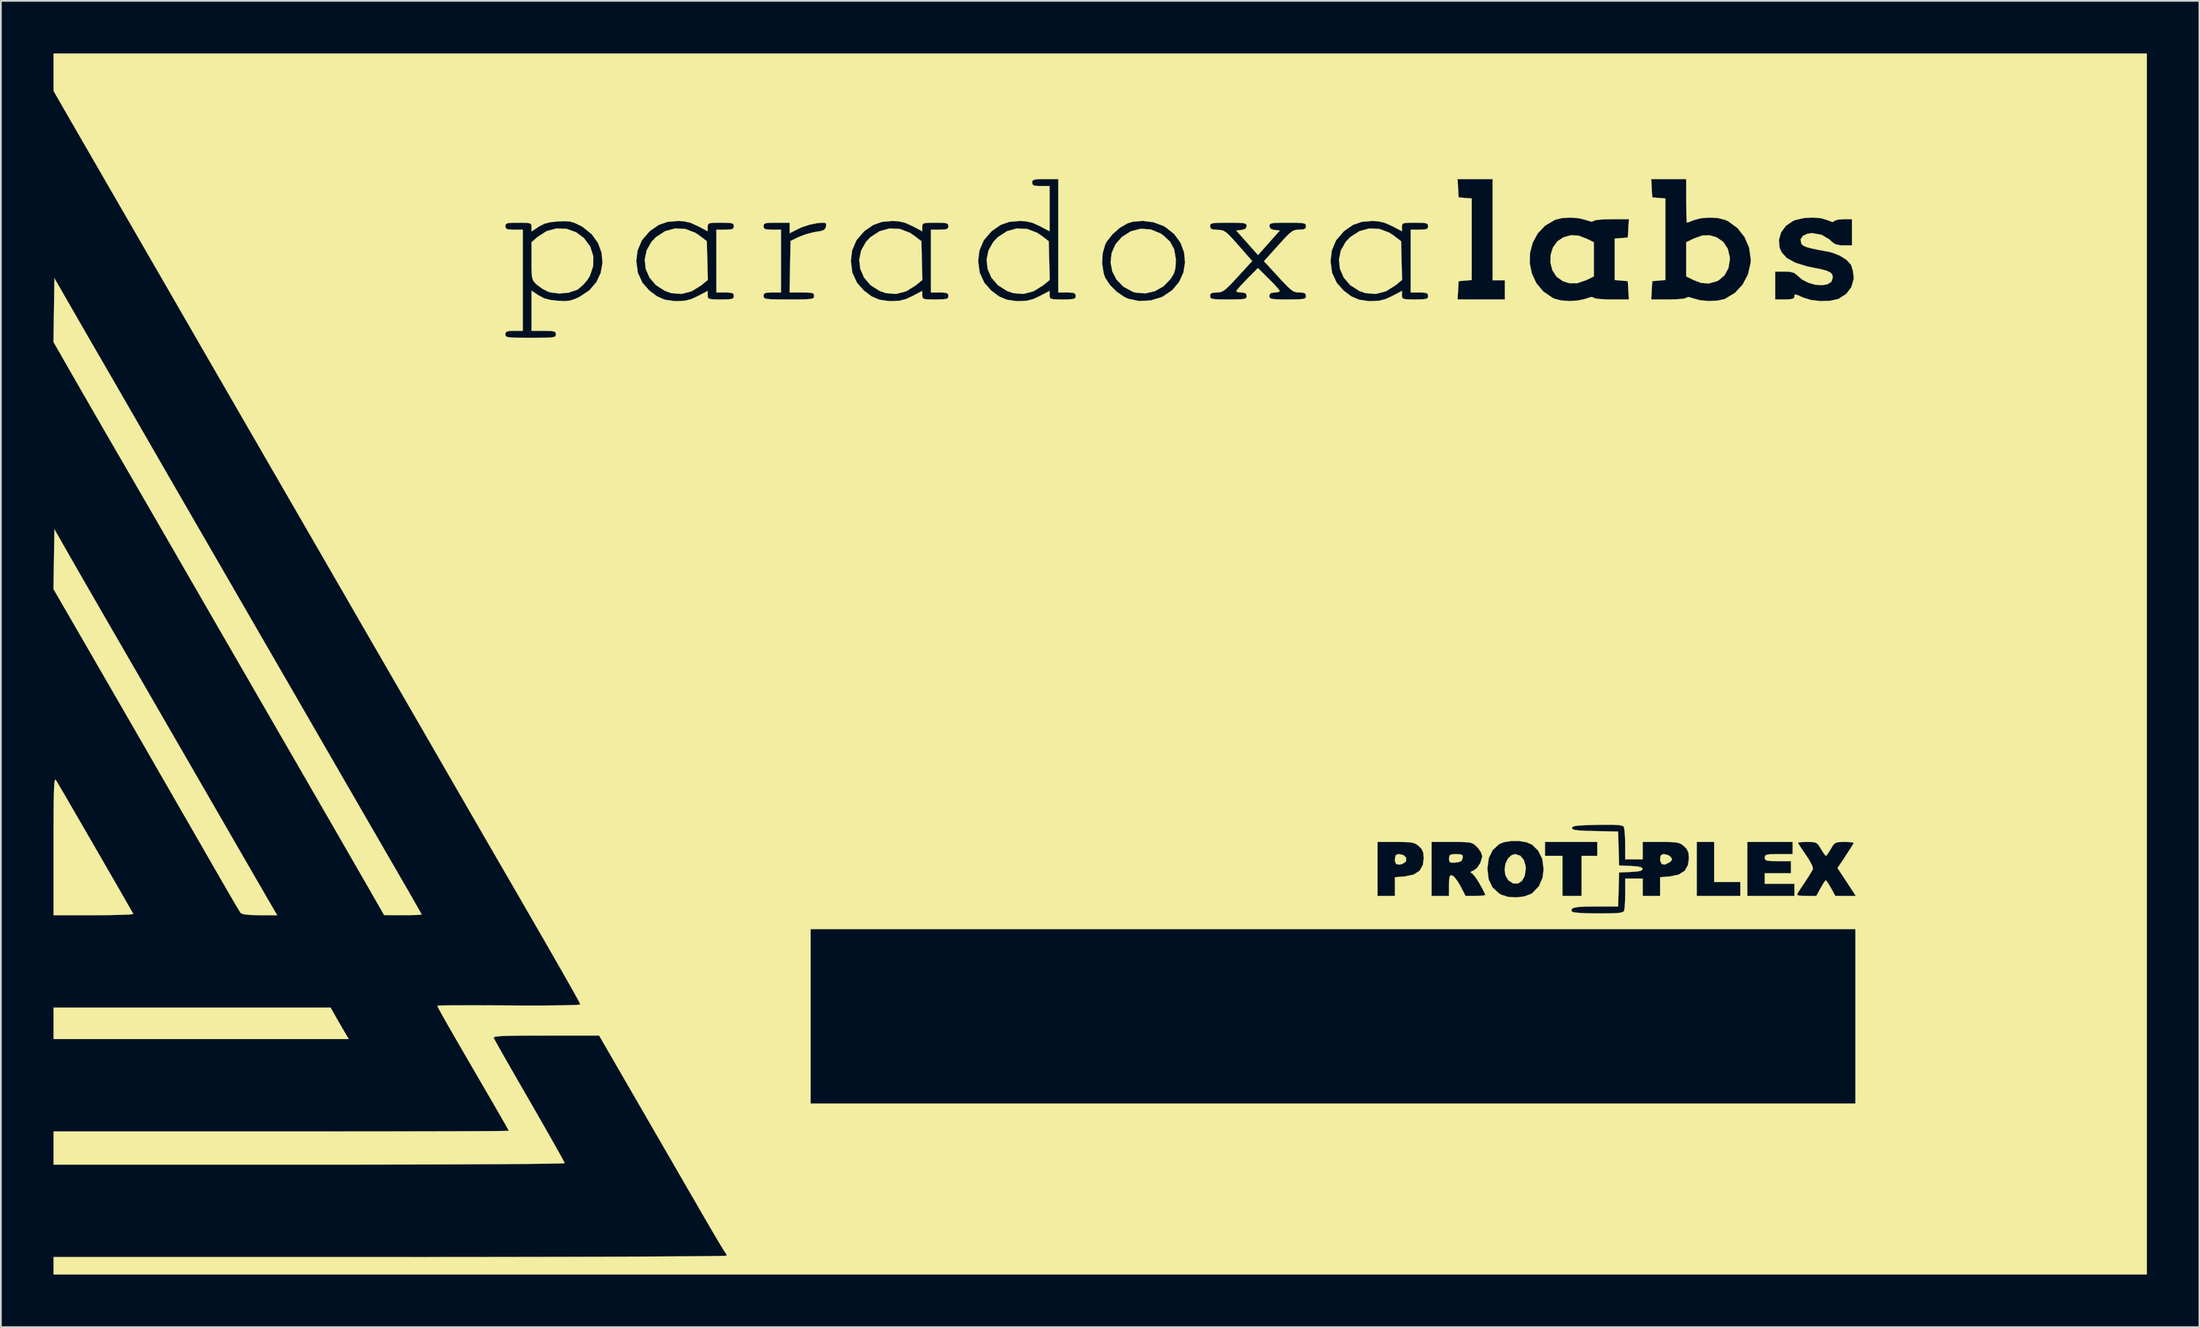
<source format=kicad_pcb>
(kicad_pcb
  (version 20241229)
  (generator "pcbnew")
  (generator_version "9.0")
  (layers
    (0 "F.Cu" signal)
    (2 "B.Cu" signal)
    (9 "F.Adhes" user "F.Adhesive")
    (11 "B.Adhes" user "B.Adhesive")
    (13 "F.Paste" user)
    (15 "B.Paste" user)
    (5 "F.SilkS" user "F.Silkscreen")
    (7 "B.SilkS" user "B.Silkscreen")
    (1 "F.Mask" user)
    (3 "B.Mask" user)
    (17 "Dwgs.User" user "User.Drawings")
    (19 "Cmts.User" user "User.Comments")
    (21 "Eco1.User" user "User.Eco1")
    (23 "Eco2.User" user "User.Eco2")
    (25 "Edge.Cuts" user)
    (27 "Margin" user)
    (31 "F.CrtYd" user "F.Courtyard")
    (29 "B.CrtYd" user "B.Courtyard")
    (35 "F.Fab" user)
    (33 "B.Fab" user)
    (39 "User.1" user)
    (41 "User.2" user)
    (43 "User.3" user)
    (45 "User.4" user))
  (footprint "logo tcd"
    (layer "F.Cu")
    (at 59.774 34.868)
    (property "Reference" "logo tcd" (at 0 0 0) (layer "F.SilkS") (effects (font (size 1.524 1.524) (thickness 0.3))))
    (attr through_hole)
    (fp_poly (pts (xy -43.65 20.146) (xy -43.443 20.509) (xy -43.235 20.868) (xy -43.133 21.042) (xy -42.911 21.416) (xy -59.765 21.416) (xy -59.765 19.623) (xy -43.946 19.623) (xy -43.65 20.146)) (stroke (width 0.01) (type solid)) (fill yes) (layer "F.SilkS"))
    (fp_poly (pts (xy 17.324 10.916) (xy 17.47 11.061) (xy 17.47 11.244) (xy 17.431 11.305) (xy 17.238 11.425) (xy 17.071 11.455) (xy 16.901 11.42) (xy 16.839 11.276) (xy 16.834 11.156) (xy 16.861 10.942) (xy 16.975 10.864) (xy 17.071 10.857) (xy 17.324 10.916)) (stroke (width 0.01) (type solid)) (fill yes) (layer "F.SilkS"))
    (fp_poly (pts (xy 32.454 10.921) (xy 32.581 11.017) (xy 32.657 11.159) (xy 32.573 11.279) (xy 32.524 11.316) (xy 32.254 11.453) (xy 32.066 11.421) (xy 31.978 11.229) (xy 31.974 11.156) (xy 32.002 10.942) (xy 32.116 10.864) (xy 32.211 10.857) (xy 32.454 10.921)) (stroke (width 0.01) (type solid)) (fill yes) (layer "F.SilkS"))
    (fp_poly (pts (xy 20.584 10.869) (xy 20.693 10.926) (xy 20.704 11.057) (xy 20.7 11.081) (xy 20.637 11.238) (xy 20.467 11.314) (xy 20.295 11.336) (xy 20.05 11.343) (xy 19.945 11.286) (xy 19.922 11.13) (xy 19.922 11.112) (xy 19.942 10.949) (xy 20.04 10.876) (xy 20.272 10.857) (xy 20.327 10.857) (xy 20.584 10.869)) (stroke (width 0.01) (type solid)) (fill yes) (layer "F.SilkS"))
    (fp_poly (pts (xy 23.989 10.948) (xy 24.195 11.193) (xy 24.298 11.554) (xy 24.304 11.682) (xy 24.245 12.093) (xy 24.085 12.385) (xy 23.855 12.538) (xy 23.585 12.532) (xy 23.308 12.351) (xy 23.143 12.075) (xy 23.094 11.739) (xy 23.148 11.396) (xy 23.291 11.101) (xy 23.508 10.906) (xy 23.707 10.857) (xy 23.989 10.948)) (stroke (width 0.01) (type solid)) (fill yes) (layer "F.SilkS"))
    (fp_poly (pts (xy 27.322 -24.459) (xy 27.759 -24.295) (xy 28.189 -24.087) (xy 28.189 -22.131) (xy 27.759 -21.923) (xy 27.251 -21.748) (xy 26.78 -21.749) (xy 26.423 -21.862) (xy 26.063 -22.116) (xy 25.827 -22.48) (xy 25.714 -22.91) (xy 25.723 -23.36) (xy 25.854 -23.784) (xy 26.107 -24.137) (xy 26.445 -24.36) (xy 26.894 -24.487) (xy 27.322 -24.459)) (stroke (width 0.01) (type solid)) (fill yes) (layer "F.SilkS"))
    (fp_poly (pts (xy 35.212 -24.36) (xy 35.584 -24.102) (xy 35.84 -23.709) (xy 35.954 -23.221) (xy 35.958 -23.109) (xy 35.876 -22.606) (xy 35.649 -22.189) (xy 35.3 -21.899) (xy 35.212 -21.858) (xy 34.749 -21.73) (xy 34.307 -21.764) (xy 33.892 -21.924) (xy 33.468 -22.134) (xy 33.468 -24.087) (xy 33.898 -24.295) (xy 34.371 -24.467) (xy 34.798 -24.482) (xy 35.212 -24.36)) (stroke (width 0.01) (type solid)) (fill yes) (layer "F.SilkS"))
    (fp_poly (pts (xy -23.689 -24.843) (xy -23.125 -24.627) (xy -22.885 -24.468) (xy -22.462 -24.145) (xy -22.433 -23.039) (xy -22.405 -21.933) (xy -22.782 -21.623) (xy -23.328 -21.284) (xy -23.904 -21.134) (xy -24.489 -21.178) (xy -24.852 -21.306) (xy -25.368 -21.638) (xy -25.736 -22.068) (xy -25.951 -22.563) (xy -26.007 -23.09) (xy -25.9 -23.616) (xy -25.623 -24.107) (xy -25.367 -24.376) (xy -24.841 -24.717) (xy -24.272 -24.873) (xy -23.689 -24.843)) (stroke (width 0.01) (type solid)) (fill yes) (layer "F.SilkS"))
    (fp_poly (pts (xy -11.437 -24.843) (xy -10.873 -24.627) (xy -10.633 -24.468) (xy -10.21 -24.145) (xy -10.182 -23.039) (xy -10.154 -21.933) (xy -10.53 -21.623) (xy -11.077 -21.284) (xy -11.652 -21.134) (xy -12.237 -21.178) (xy -12.6 -21.306) (xy -13.116 -21.638) (xy -13.484 -22.068) (xy -13.699 -22.563) (xy -13.756 -23.09) (xy -13.648 -23.616) (xy -13.371 -24.107) (xy -13.115 -24.376) (xy -12.59 -24.717) (xy -12.02 -24.873) (xy -11.437 -24.843)) (stroke (width 0.01) (type solid)) (fill yes) (layer "F.SilkS"))
    (fp_poly (pts (xy -4.166 -24.843) (xy -3.601 -24.627) (xy -3.361 -24.468) (xy -2.938 -24.145) (xy -2.91 -23.039) (xy -2.882 -21.933) (xy -3.259 -21.623) (xy -3.805 -21.284) (xy -4.381 -21.134) (xy -4.965 -21.178) (xy -5.329 -21.306) (xy -5.844 -21.638) (xy -6.213 -22.068) (xy -6.428 -22.563) (xy -6.484 -23.09) (xy -6.377 -23.616) (xy -6.1 -24.107) (xy -5.844 -24.376) (xy -5.318 -24.717) (xy -4.748 -24.873) (xy -4.166 -24.843)) (stroke (width 0.01) (type solid)) (fill yes) (layer "F.SilkS"))
    (fp_poly (pts (xy 15.955 -24.843) (xy 16.519 -24.627) (xy 16.759 -24.468) (xy 17.182 -24.145) (xy 17.21 -23.039) (xy 17.238 -21.933) (xy 16.862 -21.623) (xy 16.316 -21.284) (xy 15.74 -21.134) (xy 15.155 -21.178) (xy 14.792 -21.306) (xy 14.276 -21.638) (xy 13.908 -22.068) (xy 13.693 -22.563) (xy 13.636 -23.09) (xy 13.744 -23.616) (xy 14.021 -24.107) (xy 14.277 -24.376) (xy 14.803 -24.717) (xy 15.372 -24.873) (xy 15.955 -24.843)) (stroke (width 0.01) (type solid)) (fill yes) (layer "F.SilkS"))
    (fp_poly (pts (xy 2.878 -24.816) (xy 3.431 -24.594) (xy 3.586 -24.492) (xy 3.988 -24.12) (xy 4.224 -23.685) (xy 4.316 -23.145) (xy 4.319 -22.98) (xy 4.294 -22.588) (xy 4.206 -22.293) (xy 4.025 -21.993) (xy 3.619 -21.571) (xy 3.118 -21.289) (xy 2.569 -21.163) (xy 2.016 -21.209) (xy 1.856 -21.258) (xy 1.331 -21.544) (xy 0.941 -21.942) (xy 0.693 -22.418) (xy 0.595 -22.937) (xy 0.654 -23.465) (xy 0.876 -23.968) (xy 1.229 -24.376) (xy 1.743 -24.706) (xy 2.304 -24.853) (xy 2.878 -24.816)) (stroke (width 0.01) (type solid)) (fill yes) (layer "F.SilkS"))
    (fp_poly (pts (xy -30.474 -24.852) (xy -29.926 -24.656) (xy -29.471 -24.315) (xy -29.12 -23.834) (xy -28.946 -23.292) (xy -28.951 -22.726) (xy -29.137 -22.171) (xy -29.296 -21.914) (xy -29.536 -21.639) (xy -29.799 -21.417) (xy -29.886 -21.364) (xy -30.356 -21.207) (xy -30.893 -21.157) (xy -31.398 -21.221) (xy -31.512 -21.257) (xy -31.848 -21.426) (xy -32.157 -21.65) (xy -32.185 -21.675) (xy -32.312 -21.805) (xy -32.395 -21.932) (xy -32.442 -22.1) (xy -32.465 -22.354) (xy -32.472 -22.739) (xy -32.472 -23.018) (xy -32.472 -24.084) (xy -32.126 -24.388) (xy -31.612 -24.719) (xy -31.048 -24.873) (xy -30.474 -24.852)) (stroke (width 0.01) (type solid)) (fill yes) (layer "F.SilkS"))
    (fp_poly (pts (xy -59.635 6.622) (xy -59.632 6.627) (xy -59.565 6.737) (xy -59.412 6.999) (xy -59.184 7.389) (xy -58.894 7.888) (xy -58.556 8.472) (xy -58.18 9.12) (xy -57.78 9.81) (xy -57.369 10.522) (xy -56.959 11.232) (xy -56.562 11.92) (xy -56.191 12.563) (xy -55.859 13.14) (xy -55.578 13.629) (xy -55.361 14.009) (xy -55.219 14.257) (xy -55.213 14.269) (xy -55.296 14.29) (xy -55.55 14.309) (xy -55.95 14.324) (xy -56.468 14.336) (xy -57.077 14.342) (xy -57.468 14.344) (xy -59.765 14.344) (xy -59.765 10.387) (xy -59.764 9.383) (xy -59.761 8.563) (xy -59.755 7.91) (xy -59.746 7.409) (xy -59.734 7.043) (xy -59.717 6.798) (xy -59.695 6.656) (xy -59.668 6.603) (xy -59.635 6.622)) (stroke (width 0.01) (type solid)) (fill yes) (layer "F.SilkS"))
    (fp_poly (pts (xy -58.957 -6.361) (xy -58.741 -5.982) (xy -58.44 -5.458) (xy -58.07 -4.814) (xy -57.646 -4.077) (xy -57.183 -3.275) (xy -56.697 -2.433) (xy -56.203 -1.578) (xy -56.01 -1.245) (xy -55.542 -0.435) (xy -54.991 0.517) (xy -54.378 1.579) (xy -53.718 2.72) (xy -53.031 3.909) (xy -52.334 5.115) (xy -51.646 6.307) (xy -50.984 7.453) (xy -50.629 8.068) (xy -50.068 9.04) (xy -49.531 9.969) (xy -49.028 10.84) (xy -48.568 11.636) (xy -48.16 12.342) (xy -47.812 12.942) (xy -47.535 13.421) (xy -47.337 13.762) (xy -47.228 13.95) (xy -47.216 13.97) (xy -46.995 14.344) (xy -47.989 14.344) (xy -48.536 14.331) (xy -48.893 14.294) (xy -49.07 14.231) (xy -49.081 14.219) (xy -49.155 14.102) (xy -49.315 13.837) (xy -49.545 13.446) (xy -49.832 12.953) (xy -50.161 12.383) (xy -50.52 11.76) (xy -50.524 11.754) (xy -50.967 10.982) (xy -51.457 10.129) (xy -51.962 9.251) (xy -52.448 8.407) (xy -52.882 7.653) (xy -53.044 7.371) (xy -53.398 6.758) (xy -53.737 6.169) (xy -54.043 5.637) (xy -54.296 5.197) (xy -54.478 4.88) (xy -54.535 4.781) (xy -54.647 4.586) (xy -54.848 4.237) (xy -55.126 3.755) (xy -55.471 3.159) (xy -55.87 2.467) (xy -56.313 1.7) (xy -56.789 0.877) (xy -57.286 0.016) (xy -57.309 -0.024) (xy -59.769 -4.281) (xy -59.742 -5.987) (xy -59.715 -7.692) (xy -58.957 -6.361)) (stroke (width 0.01) (type solid)) (fill yes) (layer "F.SilkS"))
    (fp_poly (pts (xy -58.954 -20.7) (xy -58.654 -20.179) (xy -58.287 -19.541) (xy -57.884 -18.842) (xy -57.477 -18.138) (xy -57.125 -17.531) (xy -56.756 -16.893) (xy -56.319 -16.137) (xy -55.846 -15.317) (xy -55.367 -14.487) (xy -54.915 -13.703) (xy -54.739 -13.397) (xy -54.403 -12.815) (xy -53.986 -12.091) (xy -53.506 -11.258) (xy -52.98 -10.347) (xy -52.427 -9.39) (xy -51.866 -8.419) (xy -51.314 -7.464) (xy -51.03 -6.973) (xy -50.548 -6.139) (xy -49.983 -5.162) (xy -49.353 -4.071) (xy -48.672 -2.894) (xy -47.96 -1.661) (xy -47.231 -0.4) (xy -46.503 0.859) (xy -45.793 2.088) (xy -45.118 3.257) (xy -45.072 3.337) (xy -44.439 4.433) (xy -43.8 5.537) (xy -43.169 6.63) (xy -42.557 7.688) (xy -41.978 8.69) (xy -41.443 9.615) (xy -40.965 10.442) (xy -40.557 11.147) (xy -40.231 11.71) (xy -40.126 11.892) (xy -39.766 12.514) (xy -39.441 13.078) (xy -39.164 13.561) (xy -38.948 13.942) (xy -38.805 14.198) (xy -38.748 14.305) (xy -38.747 14.307) (xy -38.84 14.322) (xy -39.092 14.333) (xy -39.461 14.339) (xy -39.818 14.34) (xy -40.889 14.337) (xy -41.929 12.522) (xy -42.18 12.086) (xy -42.516 11.502) (xy -42.925 10.791) (xy -43.393 9.979) (xy -43.907 9.088) (xy -44.453 8.143) (xy -45.017 7.166) (xy -45.585 6.182) (xy -45.848 5.727) (xy -46.437 4.707) (xy -46.962 3.8) (xy -47.434 2.983) (xy -47.865 2.236) (xy -48.269 1.537) (xy -48.658 0.864) (xy -49.044 0.196) (xy -49.439 -0.488) (xy -49.856 -1.211) (xy -50.308 -1.994) (xy -50.807 -2.857) (xy -51.364 -3.824) (xy -51.994 -4.914) (xy -52.708 -6.151) (xy -52.894 -6.475) (xy -53.413 -7.372) (xy -53.949 -8.301) (xy -54.485 -9.228) (xy -55.002 -10.121) (xy -55.48 -10.948) (xy -55.902 -11.675) (xy -56.247 -12.271) (xy -56.323 -12.401) (xy -56.753 -13.144) (xy -57.235 -13.977) (xy -57.731 -14.836) (xy -58.203 -15.657) (xy -58.616 -16.376) (xy -58.654 -16.441) (xy -59.769 -18.389) (xy -59.742 -20.208) (xy -59.715 -22.027) (xy -58.954 -20.7)) (stroke (width 0.01) (type solid)) (fill yes) (layer "F.SilkS"))
    (fp_poly (pts (xy 59.765 34.863) (xy -59.765 34.863) (xy -59.765 33.867) (xy -40.54 33.867) (xy -38.599 33.866) (xy -36.711 33.865) (xy -34.887 33.863) (xy -33.136 33.86) (xy -31.468 33.857) (xy -29.892 33.853) (xy -28.418 33.849) (xy -27.055 33.844) (xy -25.814 33.838) (xy -24.703 33.832) (xy -23.732 33.826) (xy -22.911 33.819) (xy -22.25 33.811) (xy -21.757 33.804) (xy -21.444 33.796) (xy -21.318 33.788) (xy -21.316 33.787) (xy -21.376 33.649) (xy -21.406 33.613) (xy -21.481 33.501) (xy -21.64 33.244) (xy -21.865 32.869) (xy -22.14 32.402) (xy -22.449 31.872) (xy -22.534 31.725) (xy -22.799 31.268) (xy -23.148 30.664) (xy -23.567 29.941) (xy -24.039 29.125) (xy -24.549 28.242) (xy -25.083 27.319) (xy -25.625 26.383) (xy -26.092 25.574) (xy -28.612 21.216) (xy -31.648 21.216) (xy -32.519 21.218) (xy -33.209 21.222) (xy -33.738 21.23) (xy -34.125 21.242) (xy -34.388 21.261) (xy -34.548 21.285) (xy -34.622 21.317) (xy -34.631 21.357) (xy -34.571 21.471) (xy -34.422 21.739) (xy -34.195 22.141) (xy -33.901 22.657) (xy -33.55 23.269) (xy -33.155 23.957) (xy -32.726 24.703) (xy -32.578 24.958) (xy -32.142 25.715) (xy -31.739 26.419) (xy -31.379 27.051) (xy -31.073 27.593) (xy -30.832 28.025) (xy -30.666 28.329) (xy -30.585 28.486) (xy -30.58 28.503) (xy -30.677 28.513) (xy -30.963 28.522) (xy -31.426 28.531) (xy -32.056 28.54) (xy -32.84 28.548) (xy -33.769 28.555) (xy -34.831 28.562) (xy -36.014 28.569) (xy -37.309 28.574) (xy -38.704 28.579) (xy -40.188 28.582) (xy -41.75 28.585) (xy -43.379 28.587) (xy -45.064 28.587) (xy -45.172 28.587) (xy -59.765 28.587) (xy -59.765 26.695) (xy -46.766 26.695) (xy -45.174 26.695) (xy -43.638 26.694) (xy -42.17 26.692) (xy -40.781 26.691) (xy -39.483 26.688) (xy -38.288 26.686) (xy -37.207 26.683) (xy -36.251 26.679) (xy -35.434 26.676) (xy -34.766 26.672) (xy -34.259 26.668) (xy -33.924 26.663) (xy -33.774 26.659) (xy -33.767 26.657) (xy -33.815 26.566) (xy -33.952 26.322) (xy -34.167 25.947) (xy -34.447 25.46) (xy -34.78 24.883) (xy -35.156 24.235) (xy -35.442 23.744) (xy -36.045 22.706) (xy -36.553 21.832) (xy -36.968 21.111) (xy -37.298 20.536) (xy -37.546 20.097) (xy -37.717 19.787) (xy -37.817 19.595) (xy -37.851 19.514) (xy -37.851 19.514) (xy -37.755 19.506) (xy -37.48 19.499) (xy -37.048 19.495) (xy -36.48 19.493) (xy -35.795 19.492) (xy -35.015 19.494) (xy -34.161 19.498) (xy -33.767 19.5) (xy -32.882 19.504) (xy -32.065 19.504) (xy -31.334 19.5) (xy -30.712 19.492) (xy -30.219 19.48) (xy -29.875 19.466) (xy -29.701 19.449) (xy -29.683 19.441) (xy -29.723 19.352) (xy -29.843 19.125) (xy -30.046 18.758) (xy -30.334 18.247) (xy -30.709 17.588) (xy -31.173 16.778) (xy -31.728 15.812) (xy -32.115 15.14) (xy -16.535 15.14) (xy -16.535 25.101) (xy 43.13 25.101) (xy 43.13 15.14) (xy -16.535 15.14) (xy -32.115 15.14) (xy -32.376 14.688) (xy -32.718 14.096) (xy 26.919 14.096) (xy 26.944 14.144) (xy 27.065 14.183) (xy 27.357 14.214) (xy 27.792 14.235) (xy 28.341 14.244) (xy 28.433 14.244) (xy 29.006 14.241) (xy 29.409 14.23) (xy 29.673 14.208) (xy 29.829 14.171) (xy 29.905 14.117) (xy 29.922 14.086) (xy 29.949 13.918) (xy 29.971 13.608) (xy 29.981 13.216) (xy 29.982 13.09) (xy 29.982 12.252) (xy 30.978 12.252) (xy 30.978 13.248) (xy 31.974 13.248) (xy 31.974 12.177) (xy 32.528 12.131) (xy 33.033 12.028) (xy 33.378 11.811) (xy 33.569 11.473) (xy 33.618 11.095) (xy 33.592 10.774) (xy 33.492 10.557) (xy 33.338 10.4) (xy 33.196 10.292) (xy 33.042 10.222) (xy 32.831 10.182) (xy 32.516 10.164) (xy 32.051 10.16) (xy 32.018 10.16) (xy 34.066 10.16) (xy 34.066 13.248) (xy 36.556 13.248) (xy 36.556 12.451) (xy 35.062 12.451) (xy 35.062 10.16) (xy 36.955 10.16) (xy 36.955 13.248) (xy 39.644 13.248) (xy 39.644 13.123) (xy 39.805 13.123) (xy 39.813 13.196) (xy 39.963 13.235) (xy 40.283 13.248) (xy 40.312 13.248) (xy 40.893 13.248) (xy 41.138 12.8) (xy 41.287 12.545) (xy 41.4 12.383) (xy 41.437 12.351) (xy 41.511 12.431) (xy 41.642 12.635) (xy 41.736 12.8) (xy 41.981 13.248) (xy 43.153 13.248) (xy 42.975 12.974) (xy 42.822 12.74) (xy 42.612 12.42) (xy 42.451 12.177) (xy 42.105 11.653) (xy 42.568 10.958) (xy 42.779 10.634) (xy 42.94 10.377) (xy 43.024 10.229) (xy 43.031 10.211) (xy 42.941 10.183) (xy 42.708 10.164) (xy 42.489 10.16) (xy 42.172 10.168) (xy 41.984 10.217) (xy 41.853 10.343) (xy 41.724 10.558) (xy 41.579 10.795) (xy 41.471 10.938) (xy 41.443 10.956) (xy 41.365 10.877) (xy 41.231 10.678) (xy 41.16 10.558) (xy 41.018 10.329) (xy 40.885 10.211) (xy 40.688 10.166) (xy 40.388 10.16) (xy 40.089 10.167) (xy 39.891 10.187) (xy 39.843 10.205) (xy 39.896 10.302) (xy 40.037 10.519) (xy 40.239 10.816) (xy 40.301 10.905) (xy 40.521 11.247) (xy 40.662 11.525) (xy 40.705 11.696) (xy 40.702 11.709) (xy 40.619 11.864) (xy 40.459 12.125) (xy 40.261 12.428) (xy 40.057 12.734) (xy 39.892 12.985) (xy 39.805 13.123) (xy 39.644 13.123) (xy 39.644 12.551) (xy 37.951 12.551) (xy 37.951 11.953) (xy 39.445 11.953) (xy 39.445 11.256) (xy 38.698 11.256) (xy 38.316 11.251) (xy 38.092 11.23) (xy 37.984 11.18) (xy 37.952 11.092) (xy 37.951 11.056) (xy 37.967 10.957) (xy 38.044 10.898) (xy 38.221 10.868) (xy 38.537 10.858) (xy 38.747 10.857) (xy 39.544 10.857) (xy 39.544 10.16) (xy 36.955 10.16) (xy 35.062 10.16) (xy 34.066 10.16) (xy 32.018 10.16) (xy 30.978 10.16) (xy 30.978 11.156) (xy 29.982 11.156) (xy 29.98 10.285) (xy 29.971 9.876) (xy 29.947 9.538) (xy 29.913 9.323) (xy 29.898 9.286) (xy 29.811 9.233) (xy 29.611 9.199) (xy 29.276 9.182) (xy 28.781 9.18) (xy 28.381 9.186) (xy 27.807 9.2) (xy 27.405 9.219) (xy 27.146 9.246) (xy 27.003 9.285) (xy 26.948 9.338) (xy 26.944 9.363) (xy 26.975 9.426) (xy 27.086 9.471) (xy 27.307 9.502) (xy 27.666 9.523) (xy 28.192 9.539) (xy 28.26 9.54) (xy 29.576 9.568) (xy 29.605 10.536) (xy 29.633 11.505) (xy 30.306 11.534) (xy 30.689 11.563) (xy 30.903 11.613) (xy 30.977 11.692) (xy 30.978 11.704) (xy 30.92 11.787) (xy 30.725 11.84) (xy 30.364 11.871) (xy 30.306 11.874) (xy 29.633 11.903) (xy 29.605 12.874) (xy 29.576 13.845) (xy 28.291 13.845) (xy 27.703 13.852) (xy 27.292 13.876) (xy 27.039 13.922) (xy 26.921 13.994) (xy 26.919 14.096) (xy -32.718 14.096) (xy -33.119 13.401) (xy -33.96 11.949) (xy -34.564 10.907) (xy -34.944 10.25) (xy -34.996 10.16) (xy 15.838 10.16) (xy 15.838 13.248) (xy 16.834 13.248) (xy 16.834 12.177) (xy 17.388 12.131) (xy 17.893 12.028) (xy 18.237 11.811) (xy 18.429 11.473) (xy 18.477 11.095) (xy 18.452 10.774) (xy 18.352 10.557) (xy 18.198 10.4) (xy 18.055 10.292) (xy 17.902 10.222) (xy 17.691 10.182) (xy 17.376 10.164) (xy 16.911 10.16) (xy 16.878 10.16) (xy 18.925 10.16) (xy 18.925 13.248) (xy 19.922 13.248) (xy 19.922 12.643) (xy 19.929 12.307) (xy 19.96 12.129) (xy 20.026 12.067) (xy 20.096 12.07) (xy 20.23 12.17) (xy 20.406 12.4) (xy 20.569 12.675) (xy 20.868 13.247) (xy 21.449 13.248) (xy 21.752 13.236) (xy 21.949 13.207) (xy 21.996 13.173) (xy 21.811 12.799) (xy 21.608 12.443) (xy 21.419 12.155) (xy 21.274 11.987) (xy 21.251 11.97) (xy 21.148 11.893) (xy 21.219 11.836) (xy 21.301 11.808) (xy 21.432 11.714) (xy 22.113 11.714) (xy 22.184 12.3) (xy 22.402 12.758) (xy 22.775 13.1) (xy 22.912 13.179) (xy 23.306 13.301) (xy 23.776 13.329) (xy 24.24 13.268) (xy 24.619 13.122) (xy 24.679 13.082) (xy 25.055 12.69) (xy 25.267 12.194) (xy 25.322 11.712) (xy 25.248 11.128) (xy 25.01 10.653) (xy 24.671 10.32) (xy 24.356 10.18) (xy 24.238 10.16) (xy 25.4 10.16) (xy 25.4 10.957) (xy 26.396 10.957) (xy 26.396 13.248) (xy 27.492 13.248) (xy 27.492 10.957) (xy 28.388 10.957) (xy 28.388 10.16) (xy 25.4 10.16) (xy 24.238 10.16) (xy 23.93 10.108) (xy 23.468 10.107) (xy 23.045 10.176) (xy 22.776 10.29) (xy 22.41 10.63) (xy 22.192 11.079) (xy 22.114 11.659) (xy 22.113 11.714) (xy 21.432 11.714) (xy 21.516 11.654) (xy 21.7 11.38) (xy 21.805 11.065) (xy 21.814 10.954) (xy 21.747 10.751) (xy 21.579 10.511) (xy 21.523 10.451) (xy 21.392 10.327) (xy 21.266 10.244) (xy 21.104 10.194) (xy 20.863 10.17) (xy 20.501 10.161) (xy 20.079 10.16) (xy 18.925 10.16) (xy 16.878 10.16) (xy 15.838 10.16) (xy -34.996 10.16) (xy -35.398 9.465) (xy -35.901 8.596) (xy -36.425 7.688) (xy -36.947 6.785) (xy -37.439 5.932) (xy -37.557 5.727) (xy -38.048 4.876) (xy -38.584 3.947) (xy -39.137 2.989) (xy -39.68 2.05) (xy -40.183 1.178) (xy -40.62 0.422) (xy -40.692 0.299) (xy -41.122 -0.446) (xy -41.579 -1.235) (xy -42.035 -2.024) (xy -42.463 -2.765) (xy -42.837 -3.412) (xy -43.052 -3.785) (xy -43.28 -4.181) (xy -43.6 -4.734) (xy -44 -5.427) (xy -44.473 -6.246) (xy -45.009 -7.173) (xy -45.599 -8.195) (xy -46.234 -9.293) (xy -46.905 -10.454) (xy -47.602 -11.66) (xy -48.317 -12.897) (xy -49.04 -14.148) (xy -49.762 -15.398) (xy -50.474 -16.63) (xy -50.88 -17.332) (xy -51.249 -17.971) (xy -51.68 -18.718) (xy -52.134 -19.505) (xy -52.574 -20.267) (xy -52.892 -20.818) (xy -53.292 -21.514) (xy -53.754 -22.314) (xy -54.238 -23.151) (xy -54.704 -23.959) (xy -55.077 -24.603) (xy -55.307 -25.002) (xy -33.966 -25.002) (xy -33.94 -24.882) (xy -33.829 -24.822) (xy -33.583 -24.803) (xy -33.468 -24.802) (xy -32.97 -24.802) (xy -32.97 -19.025) (xy -33.468 -19.025) (xy -33.767 -19.015) (xy -33.916 -18.97) (xy -33.964 -18.872) (xy -33.966 -18.826) (xy -33.956 -18.748) (xy -33.906 -18.694) (xy -33.785 -18.659) (xy -33.565 -18.639) (xy -33.213 -18.629) (xy -32.701 -18.627) (xy -32.522 -18.627) (xy -31.959 -18.628) (xy -31.565 -18.635) (xy -31.31 -18.652) (xy -31.164 -18.682) (xy -31.097 -18.731) (xy -31.078 -18.801) (xy -31.078 -18.826) (xy -31.096 -18.931) (xy -31.181 -18.991) (xy -31.375 -19.018) (xy -31.719 -19.025) (xy -31.775 -19.025) (xy -32.472 -19.025) (xy -32.472 -21.319) (xy -32.074 -21.055) (xy -31.757 -20.887) (xy -31.392 -20.788) (xy -30.981 -20.742) (xy -30.576 -20.724) (xy -30.277 -20.753) (xy -29.993 -20.844) (xy -29.729 -20.965) (xy -29.175 -21.333) (xy -28.772 -21.8) (xy -28.52 -22.336) (xy -28.419 -22.909) (xy -28.428 -23.009) (xy -26.491 -23.009) (xy -26.403 -22.344) (xy -26.137 -21.769) (xy -25.747 -21.328) (xy -25.304 -20.995) (xy -24.865 -20.805) (xy -24.35 -20.728) (xy -24.14 -20.722) (xy -23.704 -20.746) (xy -23.335 -20.842) (xy -22.97 -21.012) (xy -22.412 -21.305) (xy -22.412 -21.062) (xy -22.402 -20.938) (xy -22.344 -20.865) (xy -22.196 -20.83) (xy -21.917 -20.819) (xy -21.665 -20.818) (xy -21.283 -20.823) (xy -21.059 -20.844) (xy -20.951 -20.893) (xy -20.919 -20.981) (xy -20.918 -21.017) (xy -20.944 -21.137) (xy -21.055 -21.196) (xy -21.3 -21.216) (xy -21.416 -21.216) (xy -21.914 -21.216) (xy -21.914 -24.802) (xy -21.416 -24.802) (xy -21.117 -24.813) (xy -20.968 -24.857) (xy -20.92 -24.955) (xy -20.918 -25.002) (xy -19.224 -25.002) (xy -19.198 -24.882) (xy -19.087 -24.822) (xy -18.841 -24.803) (xy -18.726 -24.802) (xy -18.228 -24.802) (xy -18.228 -21.216) (xy -18.726 -21.216) (xy -19.025 -21.206) (xy -19.174 -21.161) (xy -19.222 -21.063) (xy -19.224 -21.017) (xy -19.214 -20.94) (xy -19.164 -20.885) (xy -19.044 -20.85) (xy -18.823 -20.83) (xy -18.471 -20.821) (xy -17.959 -20.818) (xy -17.78 -20.818) (xy -17.217 -20.819) (xy -16.823 -20.826) (xy -16.568 -20.843) (xy -16.422 -20.873) (xy -16.355 -20.922) (xy -16.336 -20.993) (xy -16.336 -21.017) (xy -16.354 -21.122) (xy -16.439 -21.182) (xy -16.632 -21.209) (xy -16.976 -21.216) (xy -17.036 -21.216) (xy -17.736 -21.216) (xy -17.708 -22.686) (xy -17.702 -23.009) (xy -14.24 -23.009) (xy -14.151 -22.344) (xy -13.886 -21.769) (xy -13.495 -21.328) (xy -13.052 -20.995) (xy -12.613 -20.805) (xy -12.098 -20.728) (xy -11.888 -20.722) (xy -11.452 -20.746) (xy -11.083 -20.842) (xy -10.718 -21.012) (xy -10.16 -21.305) (xy -10.16 -21.062) (xy -10.15 -20.938) (xy -10.092 -20.865) (xy -9.945 -20.83) (xy -9.665 -20.819) (xy -9.413 -20.818) (xy -9.031 -20.823) (xy -8.807 -20.844) (xy -8.699 -20.893) (xy -8.667 -20.981) (xy -8.666 -21.017) (xy -8.692 -21.137) (xy -8.803 -21.196) (xy -9.049 -21.216) (xy -9.164 -21.216) (xy -9.662 -21.216) (xy -9.662 -23.009) (xy -6.968 -23.009) (xy -6.88 -22.344) (xy -6.614 -21.769) (xy -6.224 -21.328) (xy -5.78 -20.995) (xy -5.342 -20.805) (xy -4.827 -20.728) (xy -4.617 -20.722) (xy -4.181 -20.746) (xy -3.812 -20.842) (xy -3.447 -21.012) (xy -2.889 -21.305) (xy -2.889 -21.062) (xy -2.879 -20.938) (xy -2.821 -20.865) (xy -2.673 -20.83) (xy -2.394 -20.819) (xy -2.142 -20.818) (xy -1.76 -20.823) (xy -1.535 -20.844) (xy -1.428 -20.893) (xy -1.396 -20.981) (xy -1.395 -21.017) (xy -1.421 -21.137) (xy -1.532 -21.196) (xy -1.777 -21.216) (xy -1.893 -21.216) (xy -2.391 -21.216) (xy -2.391 -22.863) (xy 0.112 -22.863) (xy 0.2 -22.303) (xy 0.289 -22.054) (xy 0.553 -21.648) (xy 0.941 -21.261) (xy 1.381 -20.958) (xy 1.607 -20.855) (xy 2.223 -20.729) (xy 2.878 -20.76) (xy 3.497 -20.944) (xy 3.575 -20.981) (xy 4.117 -21.349) (xy 4.509 -21.817) (xy 4.753 -22.354) (xy 4.847 -22.928) (xy 4.792 -23.507) (xy 4.587 -24.058) (xy 4.232 -24.55) (xy 3.727 -24.952) (xy 3.638 -25.002) (xy 6.275 -25.002) (xy 6.308 -24.873) (xy 6.44 -24.812) (xy 6.699 -24.794) (xy 6.886 -24.783) (xy 7.042 -24.74) (xy 7.201 -24.64) (xy 7.398 -24.457) (xy 7.667 -24.165) (xy 7.902 -23.899) (xy 8.682 -23.012) (xy 7.859 -22.114) (xy 7.506 -21.734) (xy 7.252 -21.48) (xy 7.064 -21.325) (xy 6.907 -21.247) (xy 6.75 -21.219) (xy 6.656 -21.216) (xy 6.402 -21.198) (xy 6.294 -21.124) (xy 6.275 -21.017) (xy 6.288 -20.928) (xy 6.351 -20.871) (xy 6.499 -20.838) (xy 6.767 -20.822) (xy 7.19 -20.818) (xy 7.321 -20.818) (xy 7.788 -20.821) (xy 8.09 -20.833) (xy 8.264 -20.861) (xy 8.345 -20.912) (xy 8.367 -20.992) (xy 8.367 -21.017) (xy 8.32 -21.163) (xy 8.145 -21.214) (xy 8.068 -21.216) (xy 7.858 -21.237) (xy 7.769 -21.288) (xy 7.769 -21.288) (xy 7.835 -21.387) (xy 8.011 -21.589) (xy 8.264 -21.858) (xy 8.389 -21.986) (xy 9.009 -22.611) (xy 9.634 -21.991) (xy 9.914 -21.706) (xy 10.129 -21.471) (xy 10.247 -21.322) (xy 10.26 -21.294) (xy 10.173 -21.24) (xy 9.964 -21.216) (xy 9.961 -21.216) (xy 9.742 -21.185) (xy 9.665 -21.069) (xy 9.662 -21.017) (xy 9.675 -20.928) (xy 9.738 -20.871) (xy 9.886 -20.838) (xy 10.154 -20.822) (xy 10.577 -20.818) (xy 10.708 -20.818) (xy 11.174 -20.821) (xy 11.477 -20.833) (xy 11.651 -20.861) (xy 11.731 -20.912) (xy 11.753 -20.992) (xy 11.754 -21.017) (xy 11.718 -21.15) (xy 11.578 -21.207) (xy 11.373 -21.216) (xy 11.202 -21.227) (xy 11.049 -21.276) (xy 10.882 -21.388) (xy 10.666 -21.587) (xy 10.369 -21.898) (xy 10.174 -22.109) (xy 9.355 -23.002) (xy 9.362 -23.009) (xy 13.153 -23.009) (xy 13.241 -22.344) (xy 13.507 -21.769) (xy 13.897 -21.328) (xy 14.34 -20.995) (xy 14.779 -20.805) (xy 15.294 -20.728) (xy 15.504 -20.722) (xy 15.94 -20.746) (xy 16.309 -20.842) (xy 16.674 -21.012) (xy 17.232 -21.305) (xy 17.232 -21.062) (xy 17.242 -20.938) (xy 17.3 -20.865) (xy 17.448 -20.83) (xy 17.727 -20.819) (xy 17.979 -20.818) (xy 18.361 -20.823) (xy 18.585 -20.844) (xy 18.693 -20.893) (xy 18.725 -20.981) (xy 18.726 -21.017) (xy 18.7 -21.137) (xy 18.589 -21.196) (xy 18.343 -21.216) (xy 18.228 -21.216) (xy 17.73 -21.216) (xy 17.73 -24.802) (xy 18.228 -24.802) (xy 18.527 -24.813) (xy 18.676 -24.857) (xy 18.724 -24.955) (xy 18.726 -25.002) (xy 18.709 -25.103) (xy 18.628 -25.163) (xy 18.444 -25.192) (xy 18.114 -25.2) (xy 17.979 -25.201) (xy 17.599 -25.198) (xy 17.376 -25.179) (xy 17.269 -25.131) (xy 17.235 -25.039) (xy 17.232 -24.957) (xy 17.232 -24.713) (xy 16.674 -25.007) (xy 16.25 -25.197) (xy 15.858 -25.285) (xy 15.526 -25.3) (xy 14.933 -25.249) (xy 14.438 -25.075) (xy 13.966 -24.75) (xy 13.897 -24.691) (xy 13.471 -24.195) (xy 13.224 -23.611) (xy 13.153 -23.009) (xy 9.362 -23.009) (xy 10.162 -23.902) (xy 10.508 -24.283) (xy 10.756 -24.538) (xy 10.94 -24.693) (xy 11.094 -24.771) (xy 11.251 -24.799) (xy 11.361 -24.802) (xy 11.62 -24.82) (xy 11.733 -24.889) (xy 11.754 -25.002) (xy 11.741 -25.09) (xy 11.678 -25.148) (xy 11.53 -25.181) (xy 11.262 -25.196) (xy 10.839 -25.201) (xy 10.708 -25.201) (xy 10.241 -25.198) (xy 9.938 -25.186) (xy 9.764 -25.157) (xy 9.684 -25.106) (xy 9.662 -25.026) (xy 9.662 -25.008) (xy 9.725 -24.855) (xy 9.939 -24.786) (xy 9.959 -24.784) (xy 10.257 -24.753) (xy 9.636 -24.053) (xy 9.015 -23.354) (xy 8.393 -24.053) (xy 7.771 -24.753) (xy 8.069 -24.784) (xy 8.295 -24.848) (xy 8.367 -24.994) (xy 8.367 -25.008) (xy 8.353 -25.094) (xy 8.285 -25.15) (xy 8.131 -25.182) (xy 7.853 -25.197) (xy 7.418 -25.201) (xy 7.321 -25.201) (xy 6.855 -25.198) (xy 6.552 -25.186) (xy 6.378 -25.158) (xy 6.298 -25.107) (xy 6.276 -25.027) (xy 6.275 -25.002) (xy 3.638 -25.002) (xy 3.599 -25.023) (xy 3.039 -25.228) (xy 2.431 -25.306) (xy 1.85 -25.254) (xy 1.558 -25.163) (xy 1.119 -24.907) (xy 0.702 -24.539) (xy 0.377 -24.127) (xy 0.285 -23.957) (xy 0.141 -23.445) (xy 0.112 -22.863) (xy -2.391 -22.863) (xy -2.391 -27.691) (xy 20.409 -27.691) (xy 20.439 -27.168) (xy 20.469 -26.645) (xy 20.843 -26.614) (xy 21.216 -26.583) (xy 21.216 -21.926) (xy 20.843 -21.895) (xy 20.469 -21.864) (xy 20.439 -21.341) (xy 20.409 -20.818) (xy 23.109 -20.818) (xy 23.109 -21.914) (xy 22.412 -21.914) (xy 22.412 -22.882) (xy 24.531 -22.882) (xy 24.65 -22.293) (xy 24.906 -21.748) (xy 25.298 -21.278) (xy 25.827 -20.914) (xy 25.948 -20.857) (xy 26.321 -20.761) (xy 26.796 -20.727) (xy 27.285 -20.757) (xy 27.702 -20.848) (xy 27.767 -20.873) (xy 28.039 -20.959) (xy 28.167 -20.932) (xy 28.171 -20.922) (xy 28.284 -20.873) (xy 28.569 -20.838) (xy 28.996 -20.82) (xy 29.199 -20.818) (xy 30.192 -20.818) (xy 30.161 -21.341) (xy 30.131 -21.864) (xy 29.758 -21.895) (xy 29.384 -21.926) (xy 29.384 -24.292) (xy 29.758 -24.323) (xy 30.131 -24.354) (xy 30.161 -24.877) (xy 30.192 -25.4) (xy 29.199 -25.4) (xy 28.722 -25.39) (xy 28.378 -25.361) (xy 28.194 -25.317) (xy 28.171 -25.296) (xy 28.06 -25.257) (xy 27.803 -25.331) (xy 27.767 -25.346) (xy 27.35 -25.455) (xy 26.848 -25.494) (xy 26.353 -25.463) (xy 25.97 -25.365) (xy 25.411 -25.035) (xy 24.987 -24.59) (xy 24.699 -24.061) (xy 24.547 -23.482) (xy 24.531 -22.882) (xy 22.412 -22.882) (xy 22.412 -27.691) (xy 31.466 -27.691) (xy 31.496 -27.168) (xy 31.526 -26.645) (xy 31.899 -26.614) (xy 32.273 -26.583) (xy 32.273 -21.926) (xy 31.899 -21.895) (xy 31.526 -21.864) (xy 31.496 -21.341) (xy 31.466 -20.818) (xy 32.459 -20.818) (xy 32.937 -20.828) (xy 33.281 -20.857) (xy 33.464 -20.902) (xy 33.486 -20.923) (xy 33.597 -20.962) (xy 33.852 -20.884) (xy 33.868 -20.877) (xy 34.26 -20.771) (xy 34.745 -20.728) (xy 35.235 -20.749) (xy 35.64 -20.834) (xy 35.688 -20.853) (xy 36.244 -21.189) (xy 36.688 -21.667) (xy 36.996 -22.249) (xy 37.032 -22.412) (xy 38.548 -22.412) (xy 38.548 -20.818) (xy 39.096 -20.818) (xy 39.426 -20.831) (xy 39.597 -20.879) (xy 39.644 -20.967) (xy 39.65 -21.069) (xy 39.697 -21.103) (xy 39.83 -21.064) (xy 40.093 -20.948) (xy 40.156 -20.92) (xy 40.599 -20.786) (xy 41.127 -20.725) (xy 41.658 -20.739) (xy 42.105 -20.831) (xy 42.167 -20.854) (xy 42.6 -21.13) (xy 42.896 -21.518) (xy 43.027 -21.981) (xy 43.031 -22.08) (xy 42.991 -22.432) (xy 42.893 -22.753) (xy 42.858 -22.822) (xy 42.615 -23.084) (xy 42.239 -23.32) (xy 41.796 -23.495) (xy 41.586 -23.544) (xy 41.015 -23.649) (xy 40.61 -23.735) (xy 40.338 -23.809) (xy 40.169 -23.882) (xy 40.071 -23.964) (xy 40.034 -24.021) (xy 39.998 -24.255) (xy 40.129 -24.448) (xy 40.396 -24.573) (xy 40.66 -24.603) (xy 41.193 -24.51) (xy 41.648 -24.241) (xy 41.776 -24.115) (xy 41.971 -23.973) (xy 42.256 -23.912) (xy 42.448 -23.906) (xy 42.931 -23.906) (xy 42.931 -25.4) (xy 42.441 -25.4) (xy 42.144 -25.379) (xy 41.951 -25.324) (xy 41.914 -25.287) (xy 41.817 -25.24) (xy 41.591 -25.322) (xy 41.562 -25.337) (xy 41.179 -25.456) (xy 40.69 -25.498) (xy 40.173 -25.464) (xy 39.704 -25.357) (xy 39.571 -25.304) (xy 39.159 -25.025) (xy 38.882 -24.648) (xy 38.757 -24.216) (xy 38.798 -23.769) (xy 38.913 -23.507) (xy 39.21 -23.183) (xy 39.684 -22.919) (xy 40.342 -22.713) (xy 40.663 -22.645) (xy 41.167 -22.543) (xy 41.505 -22.45) (xy 41.708 -22.351) (xy 41.808 -22.23) (xy 41.835 -22.072) (xy 41.835 -22.063) (xy 41.754 -21.83) (xy 41.535 -21.687) (xy 41.22 -21.63) (xy 40.847 -21.657) (xy 40.458 -21.765) (xy 40.092 -21.951) (xy 39.803 -22.198) (xy 39.632 -22.333) (xy 39.39 -22.398) (xy 39.081 -22.412) (xy 38.548 -22.412) (xy 37.032 -22.412) (xy 37.143 -22.899) (xy 37.152 -23.109) (xy 37.06 -23.772) (xy 36.8 -24.379) (xy 36.396 -24.893) (xy 35.872 -25.278) (xy 35.688 -25.365) (xy 35.289 -25.465) (xy 34.795 -25.494) (xy 34.299 -25.455) (xy 33.901 -25.35) (xy 33.664 -25.255) (xy 33.52 -25.204) (xy 33.506 -25.201) (xy 33.492 -25.294) (xy 33.48 -25.549) (xy 33.472 -25.928) (xy 33.468 -26.392) (xy 33.468 -26.446) (xy 33.468 -27.691) (xy 31.466 -27.691) (xy 22.412 -27.691) (xy 20.409 -27.691) (xy -2.391 -27.691) (xy -3.138 -27.691) (xy -3.52 -27.686) (xy -3.744 -27.665) (xy -3.851 -27.616) (xy -3.884 -27.528) (xy -3.885 -27.492) (xy -3.858 -27.372) (xy -3.747 -27.313) (xy -3.502 -27.293) (xy -3.387 -27.293) (xy -2.889 -27.293) (xy -2.889 -24.713) (xy -3.447 -25.007) (xy -3.871 -25.197) (xy -4.263 -25.285) (xy -4.595 -25.3) (xy -5.188 -25.249) (xy -5.682 -25.075) (xy -6.155 -24.75) (xy -6.223 -24.691) (xy -6.649 -24.195) (xy -6.897 -23.611) (xy -6.968 -23.009) (xy -9.662 -23.009) (xy -9.662 -24.802) (xy -9.164 -24.802) (xy -8.865 -24.813) (xy -8.716 -24.857) (xy -8.668 -24.955) (xy -8.666 -25.002) (xy -8.684 -25.103) (xy -8.764 -25.163) (xy -8.949 -25.192) (xy -9.278 -25.2) (xy -9.413 -25.201) (xy -9.793 -25.198) (xy -10.016 -25.179) (xy -10.123 -25.131) (xy -10.157 -25.039) (xy -10.16 -24.957) (xy -10.16 -24.713) (xy -10.718 -25.007) (xy -11.142 -25.197) (xy -11.534 -25.285) (xy -11.867 -25.3) (xy -12.46 -25.249) (xy -12.954 -25.075) (xy -13.427 -24.75) (xy -13.495 -24.691) (xy -13.921 -24.195) (xy -14.168 -23.611) (xy -14.24 -23.009) (xy -17.702 -23.009) (xy -17.68 -24.155) (xy -17.232 -24.377) (xy -16.856 -24.525) (xy -16.421 -24.643) (xy -16.236 -24.677) (xy -15.916 -24.733) (xy -15.744 -24.805) (xy -15.67 -24.918) (xy -15.654 -24.993) (xy -15.646 -25.128) (xy -15.701 -25.192) (xy -15.865 -25.201) (xy -16.164 -25.174) (xy -16.582 -25.091) (xy -17.028 -24.944) (xy -17.218 -24.859) (xy -17.73 -24.6) (xy -17.73 -25.201) (xy -18.477 -25.201) (xy -18.859 -25.196) (xy -19.083 -25.175) (xy -19.191 -25.125) (xy -19.223 -25.037) (xy -19.224 -25.002) (xy -20.918 -25.002) (xy -20.935 -25.103) (xy -21.016 -25.163) (xy -21.2 -25.192) (xy -21.53 -25.2) (xy -21.665 -25.201) (xy -22.045 -25.198) (xy -22.268 -25.179) (xy -22.375 -25.131) (xy -22.409 -25.039) (xy -22.412 -24.957) (xy -22.412 -24.713) (xy -22.97 -25.007) (xy -23.394 -25.197) (xy -23.786 -25.285) (xy -24.118 -25.3) (xy -24.711 -25.249) (xy -25.206 -25.075) (xy -25.678 -24.75) (xy -25.747 -24.691) (xy -26.172 -24.195) (xy -26.42 -23.611) (xy -26.491 -23.009) (xy -28.428 -23.009) (xy -28.47 -23.488) (xy -28.673 -24.042) (xy -29.029 -24.54) (xy -29.536 -24.949) (xy -29.683 -25.032) (xy -30 -25.186) (xy -30.263 -25.266) (xy -30.557 -25.29) (xy -30.95 -25.275) (xy -31.405 -25.229) (xy -31.74 -25.141) (xy -32.031 -24.991) (xy -32.071 -24.965) (xy -32.472 -24.7) (xy -32.472 -24.95) (xy -32.481 -25.078) (xy -32.537 -25.152) (xy -32.68 -25.188) (xy -32.954 -25.2) (xy -33.219 -25.201) (xy -33.601 -25.196) (xy -33.825 -25.175) (xy -33.933 -25.125) (xy -33.965 -25.037) (xy -33.966 -25.002) (xy -55.307 -25.002) (xy -55.653 -25.6) (xy -56.228 -26.595) (xy -56.79 -27.567) (xy -57.327 -28.497) (xy -57.828 -29.364) (xy -58.282 -30.15) (xy -58.676 -30.833) (xy -59 -31.394) (xy -59.242 -31.814) (xy -59.334 -31.974) (xy -59.763 -32.721) (xy -59.764 -33.792) (xy -59.765 -34.863) (xy 59.765 -34.863) (xy 59.765 34.863)) (stroke (width 0.01) (type solid)) (fill yes) (layer "F.SilkS")))
  (gr_rect
    (start -3 -3)
    (end 122.544 72.735)
    (stroke (width 0.1) (type default))
    (fill no)
    (layer "Edge.Cuts")))
</source>
